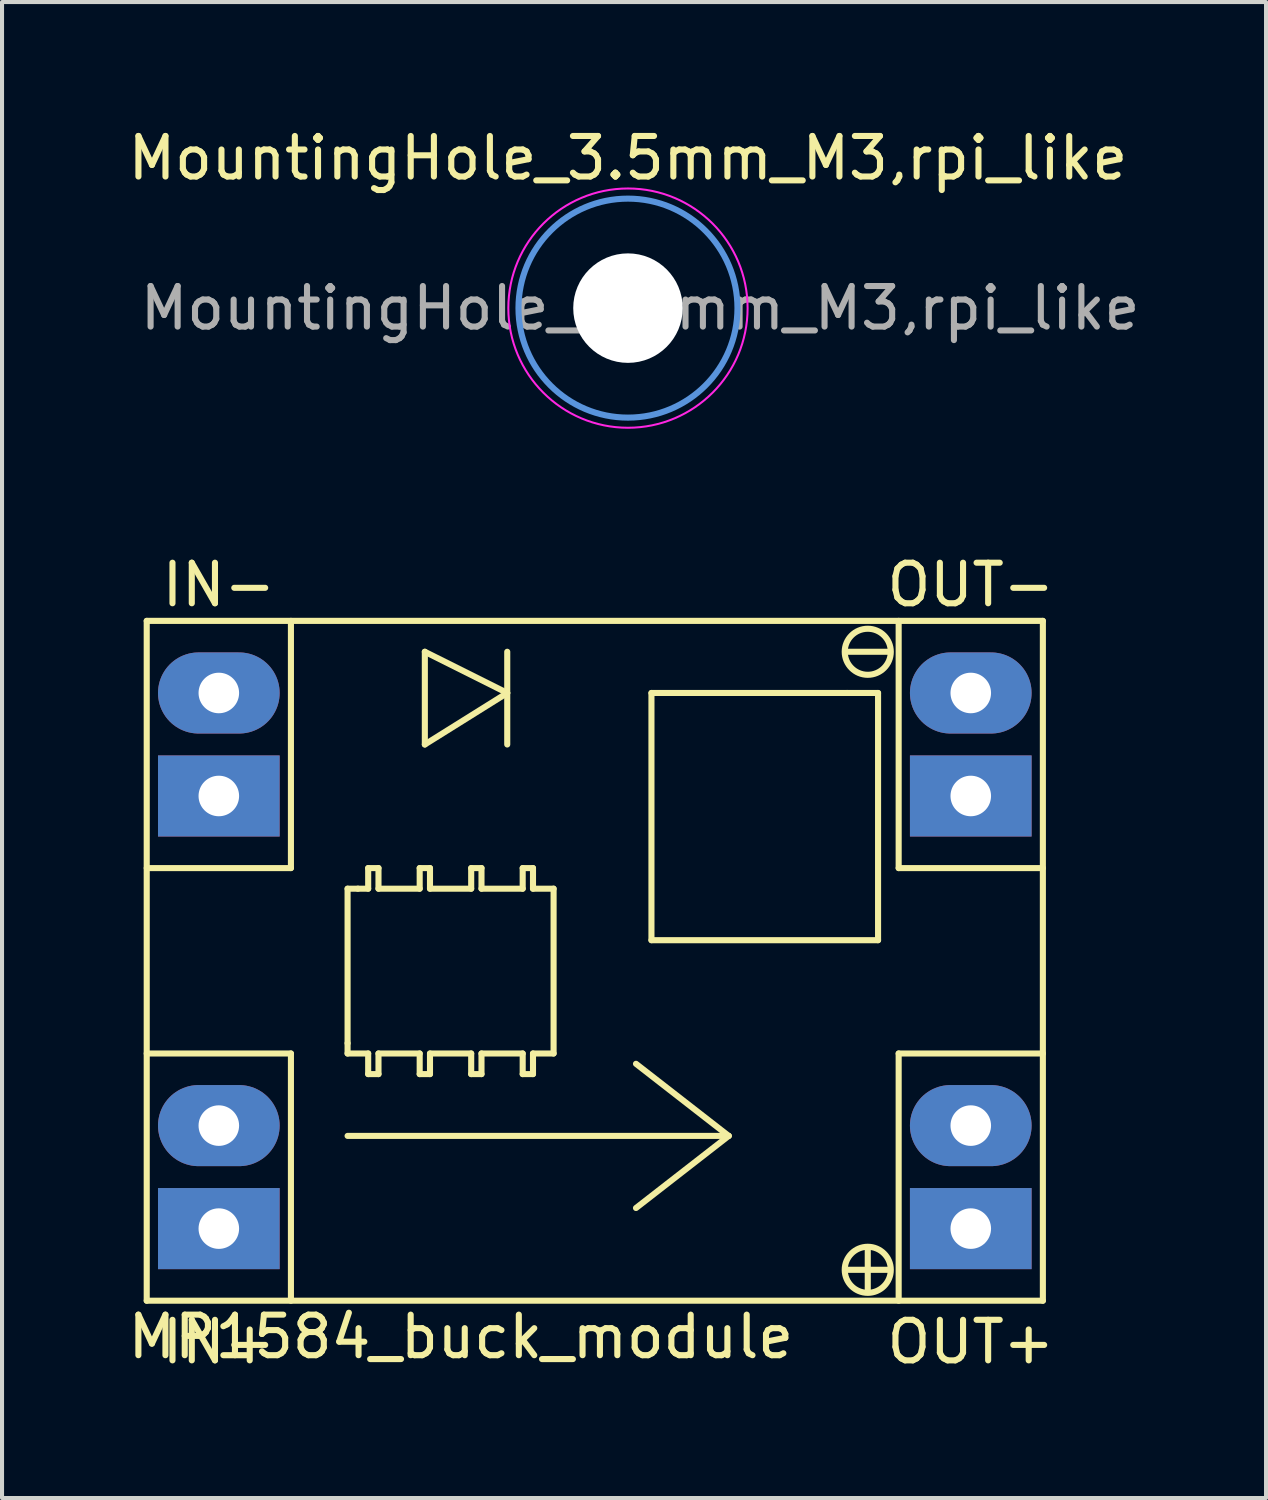
<source format=kicad_pcb>
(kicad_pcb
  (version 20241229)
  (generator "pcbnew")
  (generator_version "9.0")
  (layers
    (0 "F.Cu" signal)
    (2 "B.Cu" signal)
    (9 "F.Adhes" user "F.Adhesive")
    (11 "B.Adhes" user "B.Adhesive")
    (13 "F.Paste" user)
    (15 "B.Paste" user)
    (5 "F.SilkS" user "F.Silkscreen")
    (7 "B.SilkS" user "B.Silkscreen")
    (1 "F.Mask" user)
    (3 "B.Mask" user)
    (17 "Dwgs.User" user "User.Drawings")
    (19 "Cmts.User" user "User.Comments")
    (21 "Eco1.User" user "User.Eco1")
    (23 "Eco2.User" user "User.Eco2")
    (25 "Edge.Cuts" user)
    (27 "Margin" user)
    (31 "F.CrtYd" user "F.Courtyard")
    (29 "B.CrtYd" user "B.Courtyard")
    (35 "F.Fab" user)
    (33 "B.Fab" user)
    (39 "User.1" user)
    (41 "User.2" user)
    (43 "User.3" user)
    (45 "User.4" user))
  (footprint "MountingHole_3.5mm_M3,rpi_like"
    (layer "F.Cu")
    (at 12.435 4.548)
    (property "Reference" "MountingHole_3.5mm_M3,rpi_like" (at 0 -3.7 0) (layer "F.SilkS") (effects (font (size 1 1) (thickness 0.15))))
    (attr exclude_from_pos_files exclude_from_bom)
    (fp_circle (center 0 0) (end 1.905 0) (stroke (width 1.2) (type solid)) (fill no) (layer "F.Mask"))
    (fp_circle (center 0 0) (end 1.905 0) (stroke (width 1.2) (type solid)) (fill no) (layer "B.Mask"))
    (fp_circle (center 0 0) (end 2.7 0) (stroke (width 0.15) (type solid)) (fill no) (layer "Cmts.User"))
    (fp_circle (center 0 0) (end 2.95 0) (stroke (width 0.05) (type solid)) (fill no) (layer "F.CrtYd"))
    (fp_text user "${REFERENCE}" (at 0.3 0 0) (layer "F.Fab") (effects (font (size 1 1) (thickness 0.15))))
    (pad "" np_thru_hole circle (at 0 0) (size 2.7 2.7) (drill 2.7) (layers "*.Cu" "*.Mask")))
  (footprint "MP1584_buck_module"
    (layer "F.Cu")
    (at 11.617 20.642)
    (property "Reference" "MP1584_buck_module" (at -3.302 9.271 180) (layer "F.SilkS") (effects (font (size 1 1) (thickness 0.15))))
    (attr through_hole)
    (fp_line (start -11.049 -8.382) (end 11.049 -8.382) (stroke (width 0.15) (type solid)) (layer "F.SilkS"))
    (fp_line (start -11.049 2.286) (end -7.493 2.286) (stroke (width 0.15) (type solid)) (layer "F.SilkS"))
    (fp_line (start -11.049 8.382) (end -11.049 -8.382) (stroke (width 0.15) (type solid)) (layer "F.SilkS"))
    (fp_line (start -7.493 -8.382) (end -7.493 -2.286) (stroke (width 0.15) (type solid)) (layer "F.SilkS"))
    (fp_line (start -7.493 -2.286) (end -11.049 -2.286) (stroke (width 0.15) (type solid)) (layer "F.SilkS"))
    (fp_line (start -7.493 2.286) (end -7.493 8.382) (stroke (width 0.15) (type solid)) (layer "F.SilkS"))
    (fp_line (start -6.096 -1.778) (end -5.842 -1.778) (stroke (width 0.15) (type solid)) (layer "F.SilkS"))
    (fp_line (start -6.096 2.032) (end -6.096 -1.778) (stroke (width 0.15) (type solid)) (layer "F.SilkS"))
    (fp_line (start -6.096 2.286) (end -6.096 2.032) (stroke (width 0.15) (type solid)) (layer "F.SilkS"))
    (fp_line (start -6.096 4.318) (end 3.302 4.318) (stroke (width 0.15) (type solid)) (layer "F.SilkS"))
    (fp_line (start -5.842 -1.778) (end -5.588 -1.778) (stroke (width 0.15) (type solid)) (layer "F.SilkS"))
    (fp_line (start -5.588 -2.286) (end -5.334 -2.286) (stroke (width 0.15) (type solid)) (layer "F.SilkS"))
    (fp_line (start -5.588 -1.778) (end -5.588 -2.286) (stroke (width 0.15) (type solid)) (layer "F.SilkS"))
    (fp_line (start -5.588 2.286) (end -6.096 2.286) (stroke (width 0.15) (type solid)) (layer "F.SilkS"))
    (fp_line (start -5.588 2.794) (end -5.588 2.286) (stroke (width 0.15) (type solid)) (layer "F.SilkS"))
    (fp_line (start -5.334 -1.778) (end -5.334 -2.286) (stroke (width 0.15) (type solid)) (layer "F.SilkS"))
    (fp_line (start -5.334 -1.778) (end -4.318 -1.778) (stroke (width 0.15) (type solid)) (layer "F.SilkS"))
    (fp_line (start -5.334 2.286) (end -5.334 2.794) (stroke (width 0.15) (type solid)) (layer "F.SilkS"))
    (fp_line (start -5.334 2.794) (end -5.588 2.794) (stroke (width 0.15) (type solid)) (layer "F.SilkS"))
    (fp_line (start -4.318 -2.286) (end -4.064 -2.286) (stroke (width 0.15) (type solid)) (layer "F.SilkS"))
    (fp_line (start -4.318 -1.778) (end -4.318 -2.286) (stroke (width 0.15) (type solid)) (layer "F.SilkS"))
    (fp_line (start -4.318 2.286) (end -5.334 2.286) (stroke (width 0.15) (type solid)) (layer "F.SilkS"))
    (fp_line (start -4.318 2.794) (end -4.318 2.286) (stroke (width 0.15) (type solid)) (layer "F.SilkS"))
    (fp_line (start -4.191 -7.62) (end -4.191 -5.334) (stroke (width 0.15) (type solid)) (layer "F.SilkS"))
    (fp_line (start -4.191 -5.334) (end -2.159 -6.604) (stroke (width 0.15) (type solid)) (layer "F.SilkS"))
    (fp_line (start -4.064 -1.778) (end -4.064 -2.286) (stroke (width 0.15) (type solid)) (layer "F.SilkS"))
    (fp_line (start -4.064 -1.778) (end -3.048 -1.778) (stroke (width 0.15) (type solid)) (layer "F.SilkS"))
    (fp_line (start -4.064 2.286) (end -4.064 2.794) (stroke (width 0.15) (type solid)) (layer "F.SilkS"))
    (fp_line (start -4.064 2.794) (end -4.318 2.794) (stroke (width 0.15) (type solid)) (layer "F.SilkS"))
    (fp_line (start -3.048 -2.286) (end -2.794 -2.286) (stroke (width 0.15) (type solid)) (layer "F.SilkS"))
    (fp_line (start -3.048 -1.778) (end -3.048 -2.286) (stroke (width 0.15) (type solid)) (layer "F.SilkS"))
    (fp_line (start -3.048 2.286) (end -4.064 2.286) (stroke (width 0.15) (type solid)) (layer "F.SilkS"))
    (fp_line (start -3.048 2.794) (end -3.048 2.286) (stroke (width 0.15) (type solid)) (layer "F.SilkS"))
    (fp_line (start -2.794 -2.286) (end -2.794 -1.778) (stroke (width 0.15) (type solid)) (layer "F.SilkS"))
    (fp_line (start -2.794 -1.778) (end -1.778 -1.778) (stroke (width 0.15) (type solid)) (layer "F.SilkS"))
    (fp_line (start -2.794 2.286) (end -2.794 2.794) (stroke (width 0.15) (type solid)) (layer "F.SilkS"))
    (fp_line (start -2.794 2.794) (end -3.048 2.794) (stroke (width 0.15) (type solid)) (layer "F.SilkS"))
    (fp_line (start -2.159 -7.62) (end -2.159 -5.334) (stroke (width 0.15) (type solid)) (layer "F.SilkS"))
    (fp_line (start -2.159 -6.604) (end -4.191 -7.62) (stroke (width 0.15) (type solid)) (layer "F.SilkS"))
    (fp_line (start -1.778 -2.286) (end -1.524 -2.286) (stroke (width 0.15) (type solid)) (layer "F.SilkS"))
    (fp_line (start -1.778 -1.778) (end -1.778 -2.286) (stroke (width 0.15) (type solid)) (layer "F.SilkS"))
    (fp_line (start -1.778 2.286) (end -2.794 2.286) (stroke (width 0.15) (type solid)) (layer "F.SilkS"))
    (fp_line (start -1.778 2.794) (end -1.778 2.286) (stroke (width 0.15) (type solid)) (layer "F.SilkS"))
    (fp_line (start -1.524 -1.778) (end -1.524 -2.286) (stroke (width 0.15) (type solid)) (layer "F.SilkS"))
    (fp_line (start -1.524 -1.778) (end -1.016 -1.778) (stroke (width 0.15) (type solid)) (layer "F.SilkS"))
    (fp_line (start -1.524 2.286) (end -1.524 2.794) (stroke (width 0.15) (type solid)) (layer "F.SilkS"))
    (fp_line (start -1.524 2.794) (end -1.778 2.794) (stroke (width 0.15) (type solid)) (layer "F.SilkS"))
    (fp_line (start -1.016 -1.778) (end -1.016 2.286) (stroke (width 0.15) (type solid)) (layer "F.SilkS"))
    (fp_line (start -1.016 2.286) (end -1.524 2.286) (stroke (width 0.15) (type solid)) (layer "F.SilkS"))
    (fp_line (start 1.397 -6.604) (end 1.397 -0.508) (stroke (width 0.15) (type solid)) (layer "F.SilkS"))
    (fp_line (start 1.397 -0.508) (end 6.985 -0.508) (stroke (width 0.15) (type solid)) (layer "F.SilkS"))
    (fp_line (start 3.302 4.318) (end 1.016 2.54) (stroke (width 0.15) (type solid)) (layer "F.SilkS"))
    (fp_line (start 3.302 4.318) (end 1.016 6.096) (stroke (width 0.15) (type solid)) (layer "F.SilkS"))
    (fp_line (start 6.223 -7.62) (end 7.239 -7.62) (stroke (width 0.15) (type solid)) (layer "F.SilkS"))
    (fp_line (start 6.223 -6.604) (end 1.397 -6.604) (stroke (width 0.15) (type solid)) (layer "F.SilkS"))
    (fp_line (start 6.223 7.62) (end 7.239 7.62) (stroke (width 0.15) (type solid)) (layer "F.SilkS"))
    (fp_line (start 6.731 7.112) (end 6.731 8.128) (stroke (width 0.15) (type solid)) (layer "F.SilkS"))
    (fp_line (start 6.985 -6.604) (end 6.223 -6.604) (stroke (width 0.15) (type solid)) (layer "F.SilkS"))
    (fp_line (start 6.985 -0.508) (end 6.985 -6.604) (stroke (width 0.15) (type solid)) (layer "F.SilkS"))
    (fp_line (start 7.493 -2.286) (end 7.493 -8.382) (stroke (width 0.15) (type solid)) (layer "F.SilkS"))
    (fp_line (start 7.493 2.286) (end 11.049 2.286) (stroke (width 0.15) (type solid)) (layer "F.SilkS"))
    (fp_line (start 7.493 8.382) (end 7.493 2.286) (stroke (width 0.15) (type solid)) (layer "F.SilkS"))
    (fp_line (start 11.049 -8.382) (end 11.049 8.382) (stroke (width 0.15) (type solid)) (layer "F.SilkS"))
    (fp_line (start 11.049 -2.286) (end 7.493 -2.286) (stroke (width 0.15) (type solid)) (layer "F.SilkS"))
    (fp_line (start 11.049 8.382) (end -11.049 8.382) (stroke (width 0.15) (type solid)) (layer "F.SilkS"))
    (fp_circle (center 6.731 -7.62) (end 7.239 -7.874) (stroke (width 0.15) (type solid)) (fill no) (layer "F.SilkS"))
    (fp_circle (center 6.731 7.62) (end 7.239 7.874) (stroke (width 0.15) (type solid)) (fill no) (layer "F.SilkS"))
    (fp_text user "IN+" (at -9.271 9.398 180) (layer "F.SilkS") (effects (font (size 1 1) (thickness 0.15))))
    (fp_text user "IN-" (at -9.271 -9.271 0) (layer "F.SilkS") (effects (font (size 1 1) (thickness 0.15))))
    (fp_text user "OUT-" (at 9.271 -9.271 0) (layer "F.SilkS") (effects (font (size 1 1) (thickness 0.15))))
    (fp_text user "OUT+" (at 9.271 9.398 180) (layer "F.SilkS") (effects (font (size 1 1) (thickness 0.15))))
    (pad "1" thru_hole oval (at -9.271 4.064) (size 3 2) (drill 1) (layers "*.Cu" "*.Mask"))
    (pad "1" thru_hole rect (at -9.271 6.604) (size 3 2) (drill 1) (layers "*.Cu" "*.Mask"))
    (pad "2" thru_hole oval (at -9.271 -6.604) (size 3 2) (drill 1) (layers "*.Cu" "*.Mask"))
    (pad "2" thru_hole rect (at -9.271 -4.064) (size 3 2) (drill 1) (layers "*.Cu" "*.Mask"))
    (pad "3" thru_hole oval (at 9.271 -6.604) (size 3 2) (drill 1) (layers "*.Cu" "*.Mask"))
    (pad "3" thru_hole rect (at 9.271 -4.064) (size 3 2) (drill 1) (layers "*.Cu" "*.Mask"))
    (pad "4" thru_hole oval (at 9.271 4.064) (size 3 2) (drill 1) (layers "*.Cu" "*.Mask"))
    (pad "4" thru_hole rect (at 9.271 6.604) (size 3 2) (drill 1) (layers "*.Cu" "*.Mask")))
  (gr_rect
    (start -3 -3)
    (end 28.169 33.889)
    (stroke (width 0.1) (type default))
    (fill no)
    (layer "Edge.Cuts")))
</source>
